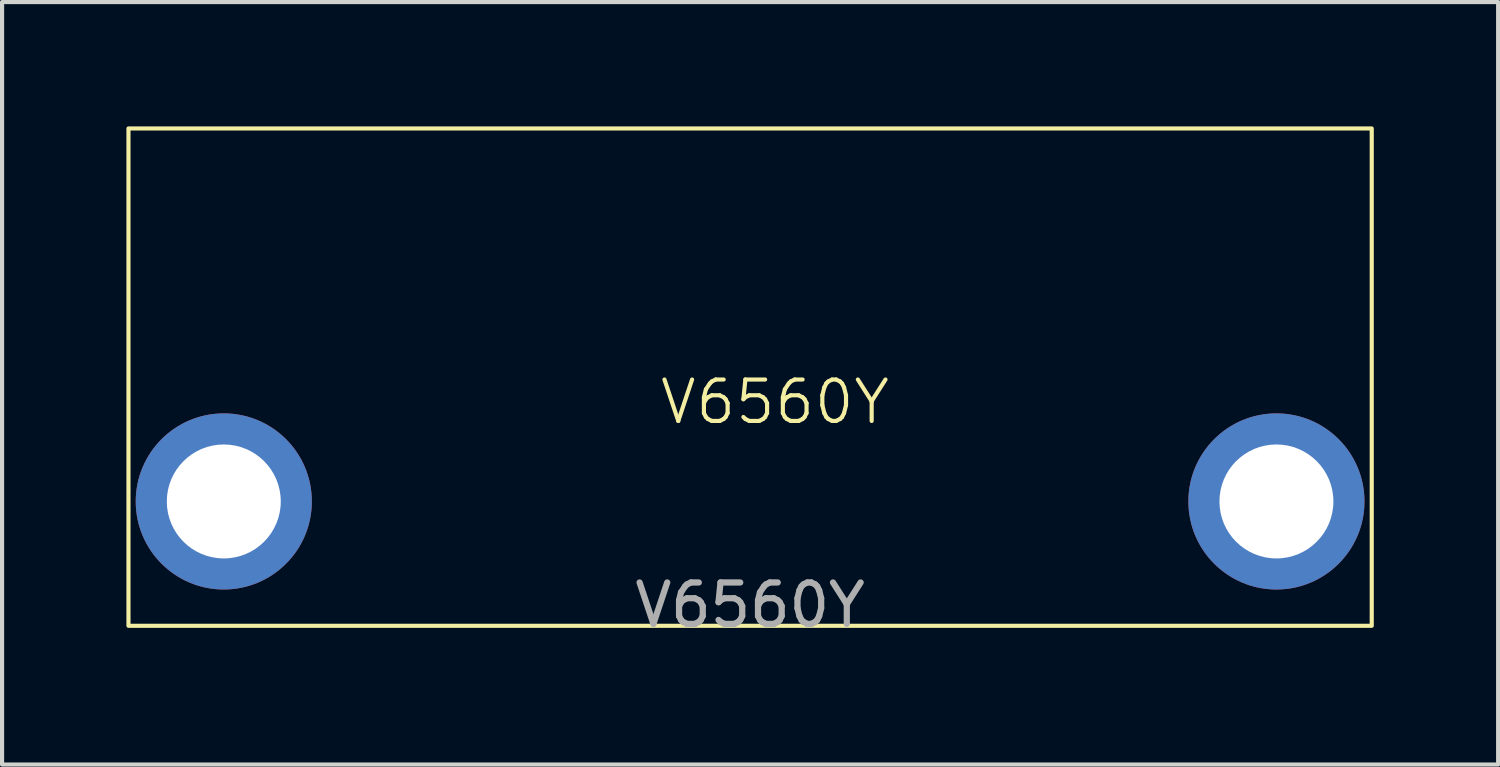
<source format=kicad_pcb>
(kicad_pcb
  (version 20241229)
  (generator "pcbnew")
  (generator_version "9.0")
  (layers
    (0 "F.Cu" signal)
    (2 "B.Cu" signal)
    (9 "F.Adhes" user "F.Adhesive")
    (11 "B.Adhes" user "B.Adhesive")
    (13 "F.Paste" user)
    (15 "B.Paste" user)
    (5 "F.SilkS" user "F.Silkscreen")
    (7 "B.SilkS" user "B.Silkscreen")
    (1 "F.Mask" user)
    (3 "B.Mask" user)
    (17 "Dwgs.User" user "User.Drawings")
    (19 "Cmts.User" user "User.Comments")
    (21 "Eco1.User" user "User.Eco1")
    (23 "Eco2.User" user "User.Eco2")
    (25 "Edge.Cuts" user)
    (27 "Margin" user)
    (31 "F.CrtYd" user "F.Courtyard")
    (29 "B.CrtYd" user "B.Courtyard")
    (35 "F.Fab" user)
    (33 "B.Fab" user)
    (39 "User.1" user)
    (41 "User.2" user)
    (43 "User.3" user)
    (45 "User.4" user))
  (footprint "V6560Y"
    (layer "F.Cu")
    (at 15.05 9.05)
    (property "Reference" "V6560Y" (at 0.6 -2.4 0) (unlocked yes) (layer "F.SilkS") (effects (font (size 1 1) (thickness 0.1))))
    (attr through_hole)
    (fp_rect (start -15 -9) (end 15 3) (stroke (width 0.1) (type default)) (fill no) (layer "F.SilkS"))
    (fp_text user "${REFERENCE}" (at 0 2.5 0) (unlocked yes) (layer "F.Fab") (effects (font (size 1 1) (thickness 0.15))))
    (pad "" np_thru_hole circle (at -12.7 0) (size 4.25 4.25) (drill 2.75) (layers "*.Cu" "*.Mask"))
    (pad "" np_thru_hole circle (at 12.7 0) (size 4.25 4.25) (drill 2.75) (layers "*.Cu" "*.Mask")))
  (gr_rect
    (start -3 -3)
    (end 33.1 15.398)
    (stroke (width 0.1) (type default))
    (fill no)
    (layer "Edge.Cuts")))
</source>
